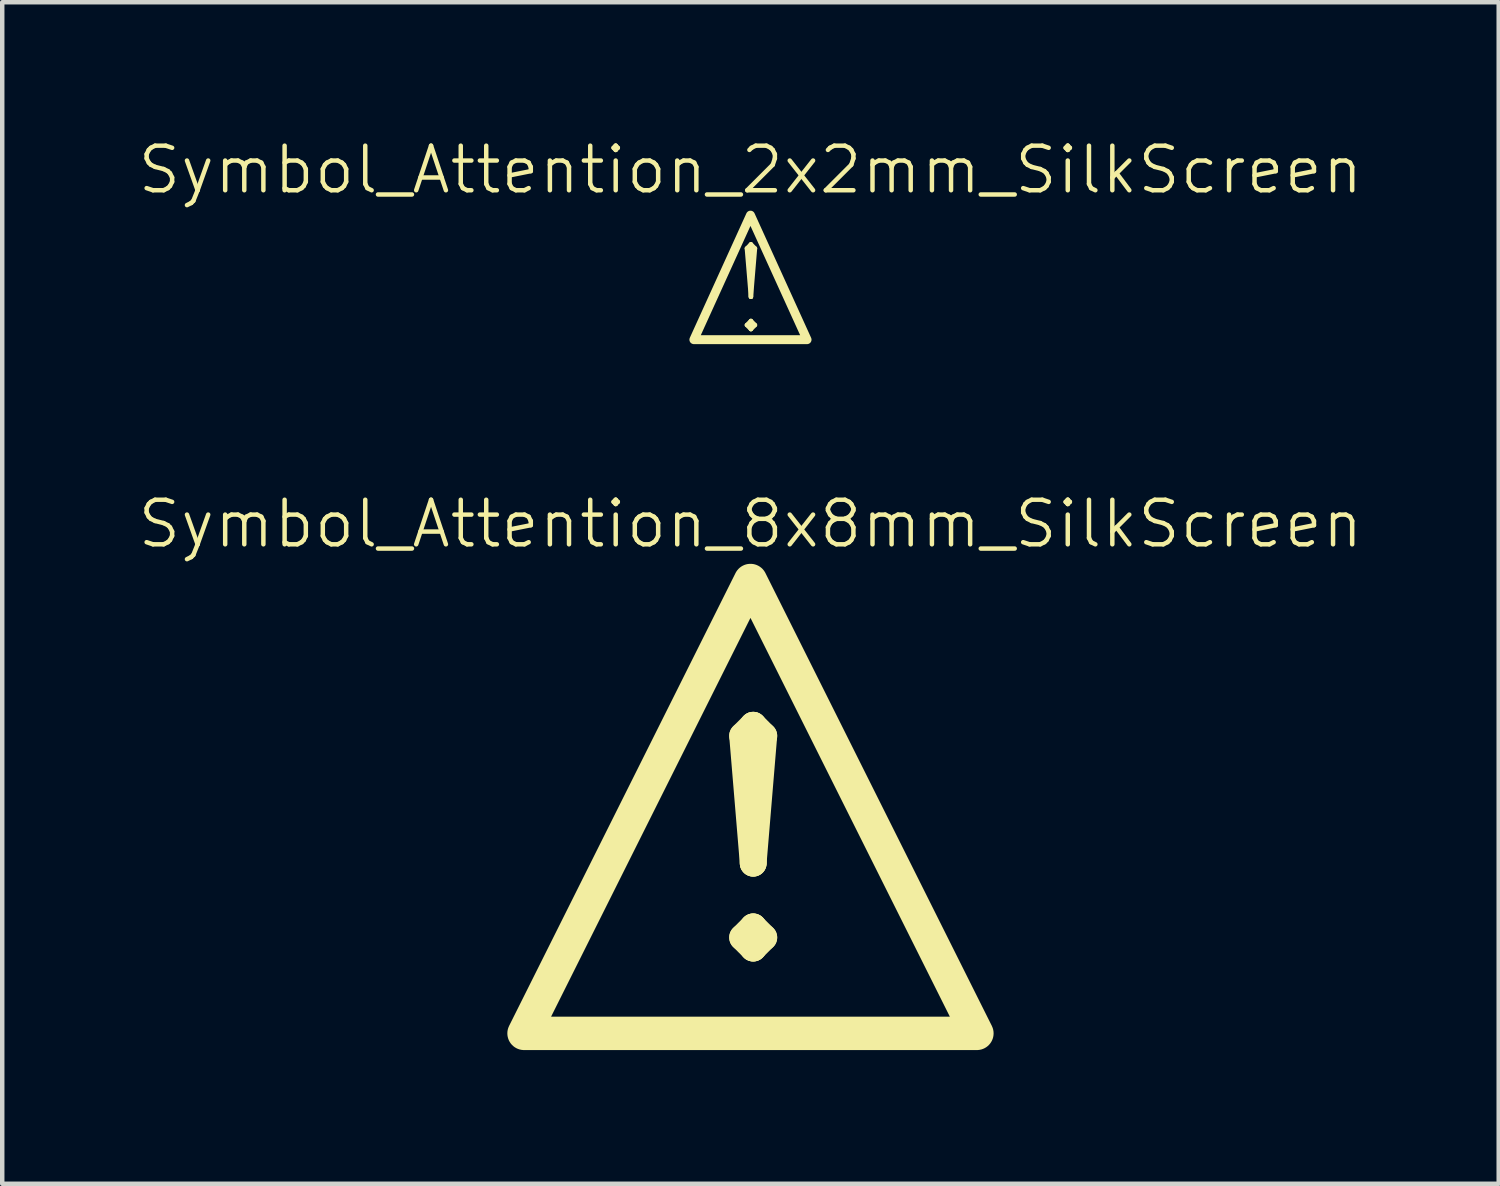
<source format=kicad_pcb>
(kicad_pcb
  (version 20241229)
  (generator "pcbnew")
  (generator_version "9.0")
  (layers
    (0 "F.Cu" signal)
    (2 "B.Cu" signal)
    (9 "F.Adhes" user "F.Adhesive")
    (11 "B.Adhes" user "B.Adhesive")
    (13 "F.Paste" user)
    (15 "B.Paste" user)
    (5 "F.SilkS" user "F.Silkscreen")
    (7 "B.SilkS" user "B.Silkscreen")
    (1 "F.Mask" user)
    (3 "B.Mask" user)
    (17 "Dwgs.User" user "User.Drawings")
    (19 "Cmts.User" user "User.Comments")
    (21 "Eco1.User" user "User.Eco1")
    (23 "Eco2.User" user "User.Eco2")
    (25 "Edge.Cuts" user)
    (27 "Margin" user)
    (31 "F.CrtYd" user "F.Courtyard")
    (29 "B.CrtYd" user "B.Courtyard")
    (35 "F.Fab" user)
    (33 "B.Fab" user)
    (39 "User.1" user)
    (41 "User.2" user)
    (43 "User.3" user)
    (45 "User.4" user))
  (footprint "Symbol_Attention_8x8mm_SilkScreen"
    (layer "F.Cu")
    (at 13.788 15.055)
    (property "Reference" "Symbol_Attention_8x8mm_SilkScreen" (at 0 -6.35 0) (unlocked yes) (layer "F.SilkS") (effects (font (size 1 1) (thickness 0.1))))
    (fp_poly (pts (xy -5.08 5.08) (xy 0 -5.08) (xy 5.08 5.08)) (stroke (width 0.75) (type solid)) (fill no) (layer "F.SilkS"))
    (fp_text user "!" (at -1.524 3.81 0) (unlocked yes) (layer "F.SilkS") (effects (font (size 5 5) (thickness 0.6) (bold yes)) (justify left bottom))))
  (footprint "Symbol_Attention_2x2mm_SilkScreen"
    (layer "F.Cu")
    (at 13.788 4.571)
    (property "Reference" "Symbol_Attention_2x2mm_SilkScreen" (at 0 -3.81 0) (unlocked yes) (layer "F.SilkS") (effects (font (size 1 1) (thickness 0.1))))
    (fp_poly (pts (xy -1.27 0) (xy 0 -2.794) (xy 1.27 0)) (stroke (width 0.2) (type solid)) (fill no) (layer "F.SilkS"))
    (fp_text user "!" (at -0.508 0 0) (unlocked yes) (layer "F.SilkS") (effects (font (size 1.9 1.9) (thickness 0.1)) (justify left bottom))))
  (gr_rect
    (start -3 -3)
    (end 30.576 23.51)
    (stroke (width 0.1) (type default))
    (fill no)
    (layer "Edge.Cuts")))
</source>
